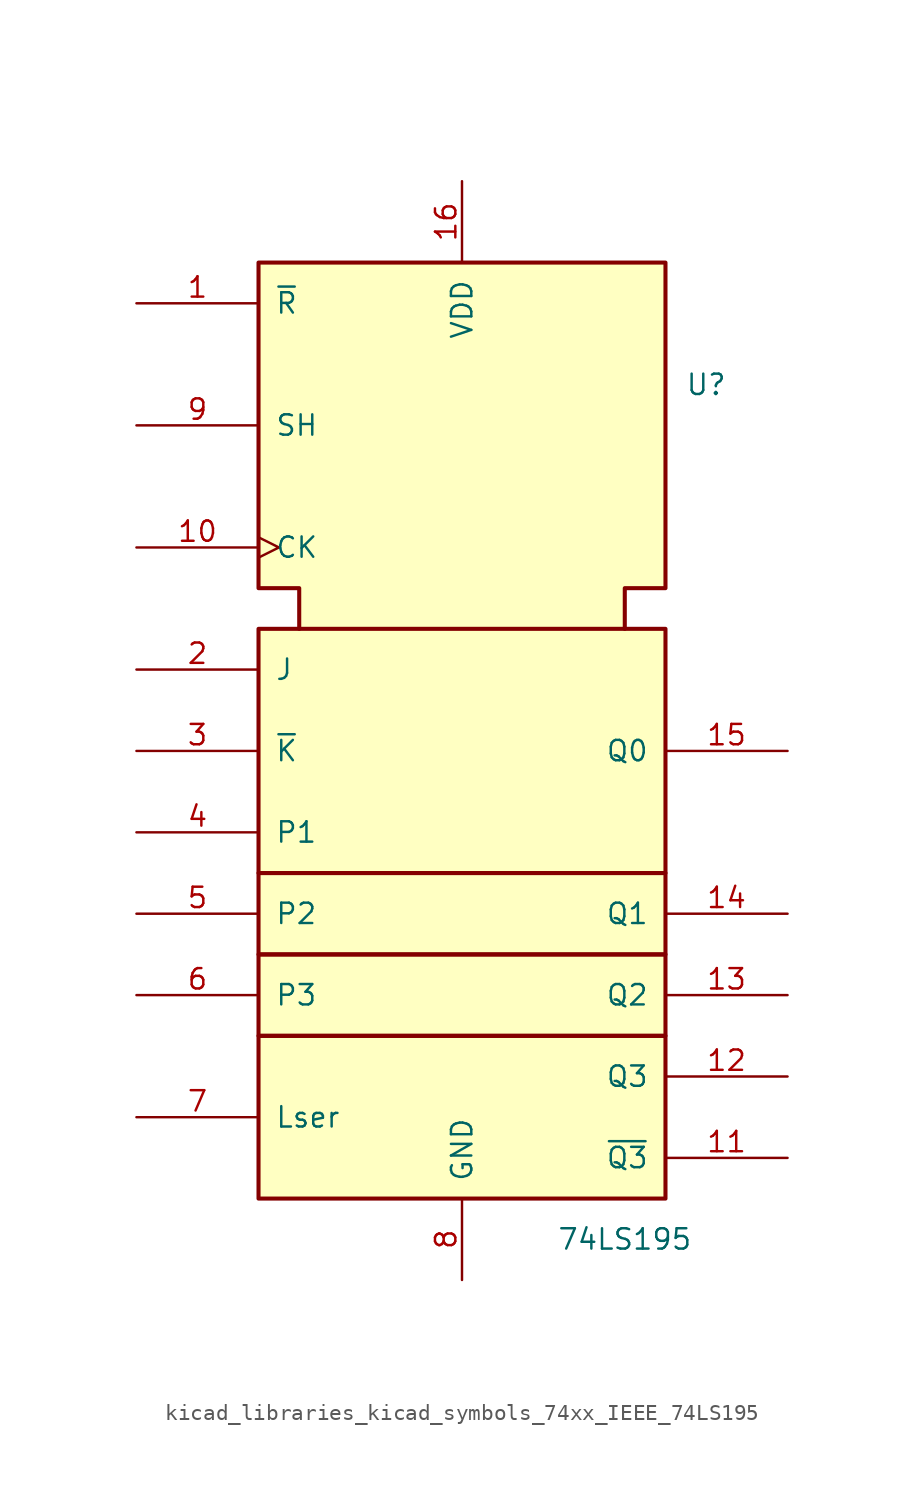
<source format=kicad_sym>
(kicad_symbol_lib
  (version 20220914)
  (generator kicad_symbol_editor)
  (symbol "kicad_libraries_kicad_symbols_74xx_IEEE_74LS195"
    (pin_names
      (offset 1.016))
    (property "Reference" "U"
      (at 15.24 17.78 0)
      (effects (font (size 1.27 1.27))))
    (property "Value" "74LS195"
      (at 10.16 -35.56 0)
      (effects (font (size 1.27 1.27))))
    (symbol "kicad_libraries_kicad_symbols_74xx_IEEE_74LS195_0_0"
      (rectangle (start -12.7 -22.86) (end 12.7 -33.02) (stroke (width 0.254) (type default)) (fill (type background)))
      (rectangle (start -12.7 -17.78) (end 12.7 -22.86) (stroke (width 0.254) (type default)) (fill (type background)))
      (rectangle (start -12.7 -12.7) (end 12.7 -17.78) (stroke (width 0.254) (type default)) (fill (type background)))
      (rectangle (start -12.7 2.54) (end 12.7 -12.7) (stroke (width 0.254) (type default)) (fill (type background)))
      (polyline (pts (xy -10.16 2.54) (xy -10.16 5.08) (xy -12.7 5.08) (xy -12.7 25.4) (xy 12.7 25.4) (xy 12.7 5.08) (xy 10.16 5.08) (xy 10.16 2.54) (xy 10.16 2.54)) (stroke (width 0.254) (type default)) (fill (type background)))
      (pin power_in line (at -20.32 -27.94 0) (length 7.62) (name "Lser" (effects (font (size 1.27 1.27)))) (number "7" (effects (font (size 1.27 1.27)))))
      (pin power_in line (at 0 -38.1 90) (length 5.08) (name "GND" (effects (font (size 1.27 1.27)))) (number "8" (effects (font (size 1.27 1.27))))))
    (symbol "kicad_libraries_kicad_symbols_74xx_IEEE_74LS195_0_1"
      (pin power_in line (at 0 30.48 270) (length 5.08) (name "VDD" (effects (font (size 1.27 1.27)))) (number "16" (effects (font (size 1.27 1.27))))))
    (symbol "kicad_libraries_kicad_symbols_74xx_IEEE_74LS195_1_1"
      (pin input line (at -20.32 22.86 0) (length 7.62) (name "~{R}" (effects (font (size 1.27 1.27)))) (number "1" (effects (font (size 1.27 1.27)))))
      (pin input clock (at -20.32 7.62 0) (length 7.62) (name "CK" (effects (font (size 1.27 1.27)))) (number "10" (effects (font (size 1.27 1.27)))))
      (pin input line (at 20.32 -30.48 180) (length 7.62) (name "~{Q3}" (effects (font (size 1.27 1.27)))) (number "11" (effects (font (size 1.27 1.27)))))
      (pin output line (at 20.32 -25.4 180) (length 7.62) (name "Q3" (effects (font (size 1.27 1.27)))) (number "12" (effects (font (size 1.27 1.27)))))
      (pin output line (at 20.32 -20.32 180) (length 7.62) (name "Q2" (effects (font (size 1.27 1.27)))) (number "13" (effects (font (size 1.27 1.27)))))
      (pin output line (at 20.32 -15.24 180) (length 7.62) (name "Q1" (effects (font (size 1.27 1.27)))) (number "14" (effects (font (size 1.27 1.27)))))
      (pin output line (at 20.32 -5.08 180) (length 7.62) (name "Q0" (effects (font (size 1.27 1.27)))) (number "15" (effects (font (size 1.27 1.27)))))
      (pin input line (at -20.32 0 0) (length 7.62) (name "J" (effects (font (size 1.27 1.27)))) (number "2" (effects (font (size 1.27 1.27)))))
      (pin input line (at -20.32 -5.08 0) (length 7.62) (name "~{K}" (effects (font (size 1.27 1.27)))) (number "3" (effects (font (size 1.27 1.27)))))
      (pin input line (at -20.32 -10.16 0) (length 7.62) (name "P1" (effects (font (size 1.27 1.27)))) (number "4" (effects (font (size 1.27 1.27)))))
      (pin input line (at -20.32 -15.24 0) (length 7.62) (name "P2" (effects (font (size 1.27 1.27)))) (number "5" (effects (font (size 1.27 1.27)))))
      (pin input line (at -20.32 -20.32 0) (length 7.62) (name "P3" (effects (font (size 1.27 1.27)))) (number "6" (effects (font (size 1.27 1.27)))))
      (pin input line (at -20.32 15.24 0) (length 7.62) (name "SH" (effects (font (size 1.27 1.27)))) (number "9" (effects (font (size 1.27 1.27))))))))
</source>
